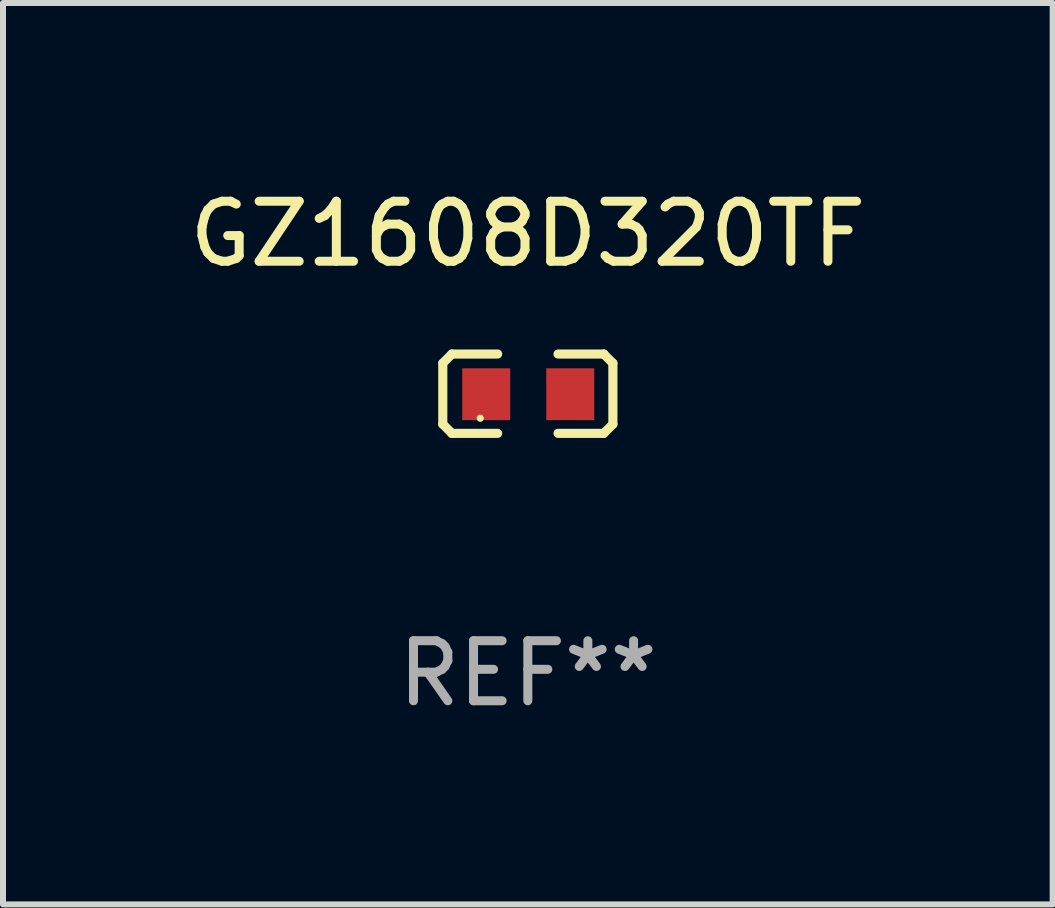
<source format=kicad_pcb>
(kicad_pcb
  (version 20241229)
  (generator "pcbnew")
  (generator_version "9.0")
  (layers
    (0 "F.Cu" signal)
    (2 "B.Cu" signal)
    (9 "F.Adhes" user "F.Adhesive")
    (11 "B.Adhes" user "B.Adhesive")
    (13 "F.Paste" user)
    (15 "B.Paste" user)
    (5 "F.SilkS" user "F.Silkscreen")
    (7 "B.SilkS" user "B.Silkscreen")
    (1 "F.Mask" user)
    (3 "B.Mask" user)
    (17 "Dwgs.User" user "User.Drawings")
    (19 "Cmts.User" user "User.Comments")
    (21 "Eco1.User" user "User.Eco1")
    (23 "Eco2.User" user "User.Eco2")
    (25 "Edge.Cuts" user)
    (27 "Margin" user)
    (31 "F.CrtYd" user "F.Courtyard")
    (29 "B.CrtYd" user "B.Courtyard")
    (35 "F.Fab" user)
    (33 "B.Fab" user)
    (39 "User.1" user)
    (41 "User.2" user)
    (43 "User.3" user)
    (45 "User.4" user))
  (footprint "GZ1608D320TF"
    (layer "F.Cu")
    (at 5.744 3.509)
    (property "Reference" "GZ1608D320TF" (at 0 -2.661 0) (layer "F.SilkS") (effects (font (size 1 1) (thickness 0.15))))
    (attr through_hole)
    (fp_line (start -1.417 -0.508) (end -1.265 -0.661) (stroke (width 0.152) (type solid)) (layer "F.SilkS"))
    (fp_line (start -1.417 0.508) (end -1.417 -0.508) (stroke (width 0.152) (type solid)) (layer "F.SilkS"))
    (fp_line (start -1.265 -0.661) (end -0.503 -0.661) (stroke (width 0.152) (type solid)) (layer "F.SilkS"))
    (fp_line (start -1.265 0.661) (end -1.417 0.508) (stroke (width 0.152) (type solid)) (layer "F.SilkS"))
    (fp_line (start -1.265 0.661) (end -0.503 0.661) (stroke (width 0.152) (type solid)) (layer "F.SilkS"))
    (fp_line (start 1.265 -0.661) (end 0.503 -0.661) (stroke (width 0.152) (type solid)) (layer "F.SilkS"))
    (fp_line (start 1.265 -0.661) (end 1.417 -0.508) (stroke (width 0.152) (type solid)) (layer "F.SilkS"))
    (fp_line (start 1.265 0.661) (end 0.503 0.661) (stroke (width 0.152) (type solid)) (layer "F.SilkS"))
    (fp_line (start 1.417 -0.508) (end 1.417 0.508) (stroke (width 0.152) (type solid)) (layer "F.SilkS"))
    (fp_line (start 1.417 0.508) (end 1.265 0.661) (stroke (width 0.152) (type solid)) (layer "F.SilkS"))
    (fp_circle (center -0.793 0.409) (end -0.763 0.409) (stroke (width 0.06) (type solid)) (fill no) (layer "F.SilkS"))
    (fp_text user "REF**" (at 0 4.661 0) (layer "F.Fab") (effects (font (size 1 1) (thickness 0.15))))
    (pad "1" smd rect (at -0.693 0.009 180) (size 0.8 0.864) (layers "F.Cu" "F.Mask" "F.Paste"))
    (pad "2" smd rect (at 0.707 0.009 180) (size 0.8 0.864) (layers "F.Cu" "F.Mask" "F.Paste")))
  (gr_rect
    (start -3 -3)
    (end 14.488 12.018)
    (stroke (width 0.1) (type default))
    (fill no)
    (layer "Edge.Cuts")))
</source>
